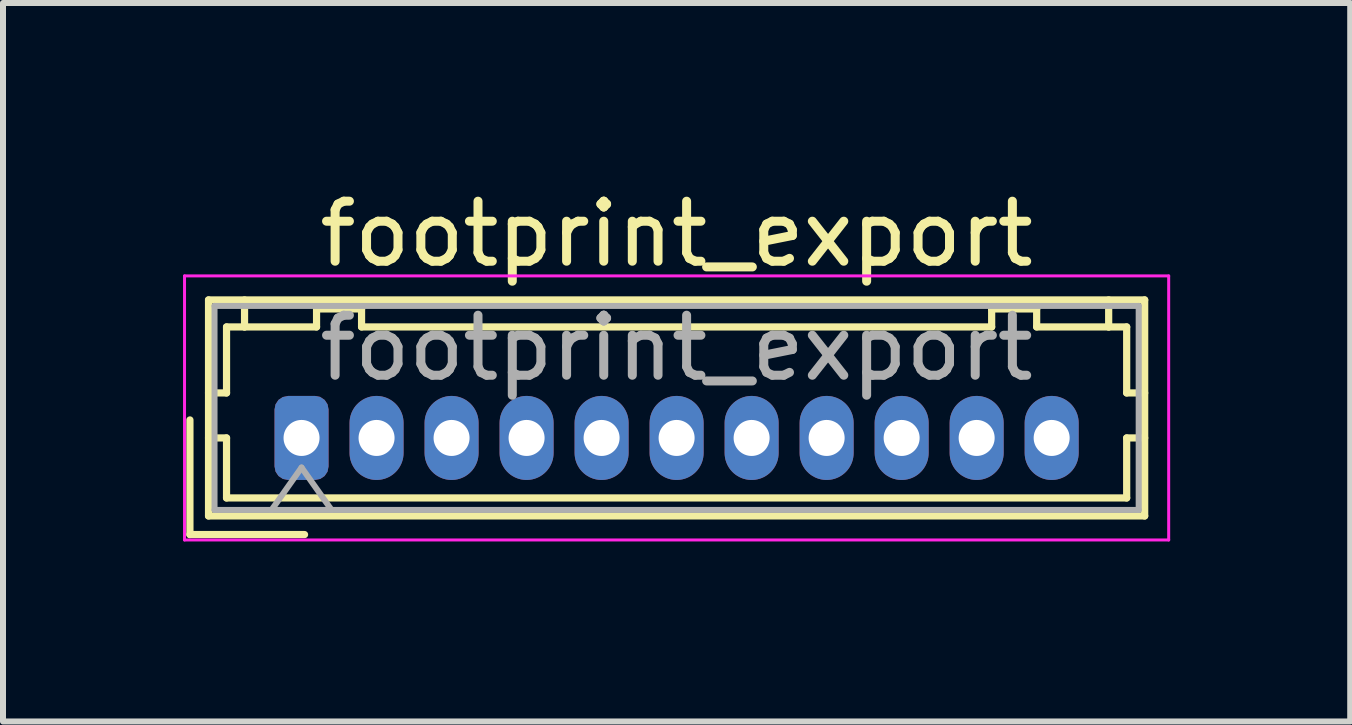
<source format=kicad_pcb>
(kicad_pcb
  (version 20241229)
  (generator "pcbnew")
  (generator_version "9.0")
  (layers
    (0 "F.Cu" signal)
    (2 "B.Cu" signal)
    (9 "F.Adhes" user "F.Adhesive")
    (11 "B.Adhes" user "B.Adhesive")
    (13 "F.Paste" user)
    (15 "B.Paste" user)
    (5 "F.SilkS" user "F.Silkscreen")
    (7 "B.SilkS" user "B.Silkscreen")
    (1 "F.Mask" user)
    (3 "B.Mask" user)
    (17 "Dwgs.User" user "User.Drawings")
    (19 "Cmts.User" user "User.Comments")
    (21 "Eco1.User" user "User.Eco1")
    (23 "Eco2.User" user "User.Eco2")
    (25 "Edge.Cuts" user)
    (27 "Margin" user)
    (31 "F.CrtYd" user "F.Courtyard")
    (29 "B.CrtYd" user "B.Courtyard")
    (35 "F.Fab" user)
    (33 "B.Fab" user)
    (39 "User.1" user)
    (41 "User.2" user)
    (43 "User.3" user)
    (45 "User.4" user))
  (footprint "footprint_export"
    (layer "F.Cu")
    (at 1.975 4.248)
    (property "Reference" "footprint_export" (at 6.25 -3.4 0) (layer "F.SilkS") (effects (font (size 1 1) (thickness 0.15))))
    (attr through_hole)
    (fp_line (start -1.86 -0.3) (end -1.86 1.61) (stroke (width 0.12) (type solid)) (layer "F.SilkS"))
    (fp_line (start -1.86 1.61) (end 0.05 1.61) (stroke (width 0.12) (type solid)) (layer "F.SilkS"))
    (fp_line (start -1.55 -2.3) (end -1.55 1.3) (stroke (width 0.12) (type solid)) (layer "F.SilkS"))
    (fp_line (start -1.55 -0.75) (end -1.25 -0.75) (stroke (width 0.12) (type solid)) (layer "F.SilkS"))
    (fp_line (start -1.55 0) (end -1.25 0) (stroke (width 0.12) (type solid)) (layer "F.SilkS"))
    (fp_line (start -1.55 1.3) (end 14.05 1.3) (stroke (width 0.12) (type solid)) (layer "F.SilkS"))
    (fp_line (start -1.25 -1.85) (end -0.95 -1.85) (stroke (width 0.12) (type solid)) (layer "F.SilkS"))
    (fp_line (start -1.25 -0.75) (end -1.25 -1.85) (stroke (width 0.12) (type solid)) (layer "F.SilkS"))
    (fp_line (start -1.25 0) (end -1.25 1) (stroke (width 0.12) (type solid)) (layer "F.SilkS"))
    (fp_line (start -1.25 1) (end 13.75 1) (stroke (width 0.12) (type solid)) (layer "F.SilkS"))
    (fp_line (start -0.95 -1.85) (end -0.95 -2.3) (stroke (width 0.12) (type solid)) (layer "F.SilkS"))
    (fp_line (start -0.95 -1.85) (end 0.25 -1.85) (stroke (width 0.12) (type solid)) (layer "F.SilkS"))
    (fp_line (start 0.25 -2.15) (end 1 -2.15) (stroke (width 0.12) (type solid)) (layer "F.SilkS"))
    (fp_line (start 0.25 -1.85) (end 0.25 -2.15) (stroke (width 0.12) (type solid)) (layer "F.SilkS"))
    (fp_line (start 1 -2.15) (end 1 -1.85) (stroke (width 0.12) (type solid)) (layer "F.SilkS"))
    (fp_line (start 1 -1.85) (end 11.5 -1.85) (stroke (width 0.12) (type solid)) (layer "F.SilkS"))
    (fp_line (start 11.5 -2.15) (end 12.25 -2.15) (stroke (width 0.12) (type solid)) (layer "F.SilkS"))
    (fp_line (start 11.5 -1.85) (end 11.5 -2.15) (stroke (width 0.12) (type solid)) (layer "F.SilkS"))
    (fp_line (start 12.25 -2.15) (end 12.25 -1.85) (stroke (width 0.12) (type solid)) (layer "F.SilkS"))
    (fp_line (start 12.25 -1.85) (end 13.45 -1.85) (stroke (width 0.12) (type solid)) (layer "F.SilkS"))
    (fp_line (start 13.45 -1.85) (end 13.45 -2.3) (stroke (width 0.12) (type solid)) (layer "F.SilkS"))
    (fp_line (start 13.75 -1.85) (end 13.45 -1.85) (stroke (width 0.12) (type solid)) (layer "F.SilkS"))
    (fp_line (start 13.75 -0.75) (end 13.75 -1.85) (stroke (width 0.12) (type solid)) (layer "F.SilkS"))
    (fp_line (start 13.75 0) (end 14.05 0) (stroke (width 0.12) (type solid)) (layer "F.SilkS"))
    (fp_line (start 13.75 1) (end 13.75 0) (stroke (width 0.12) (type solid)) (layer "F.SilkS"))
    (fp_line (start 14.05 -2.3) (end -1.55 -2.3) (stroke (width 0.12) (type solid)) (layer "F.SilkS"))
    (fp_line (start 14.05 -0.75) (end 13.75 -0.75) (stroke (width 0.12) (type solid)) (layer "F.SilkS"))
    (fp_line (start 14.05 1.3) (end 14.05 -2.3) (stroke (width 0.12) (type solid)) (layer "F.SilkS"))
    (fp_line (start -1.95 -2.7) (end -1.95 1.7) (stroke (width 0.05) (type solid)) (layer "F.CrtYd"))
    (fp_line (start -1.95 1.7) (end 14.45 1.7) (stroke (width 0.05) (type solid)) (layer "F.CrtYd"))
    (fp_line (start 14.45 -2.7) (end -1.95 -2.7) (stroke (width 0.05) (type solid)) (layer "F.CrtYd"))
    (fp_line (start 14.45 1.7) (end 14.45 -2.7) (stroke (width 0.05) (type solid)) (layer "F.CrtYd"))
    (fp_line (start -1.45 -2.2) (end -1.45 1.2) (stroke (width 0.1) (type solid)) (layer "F.Fab"))
    (fp_line (start -1.45 1.2) (end 13.95 1.2) (stroke (width 0.1) (type solid)) (layer "F.Fab"))
    (fp_line (start -0.5 1.2) (end 0 0.493) (stroke (width 0.1) (type solid)) (layer "F.Fab"))
    (fp_line (start 0 0.493) (end 0.5 1.2) (stroke (width 0.1) (type solid)) (layer "F.Fab"))
    (fp_line (start 13.95 -2.2) (end -1.45 -2.2) (stroke (width 0.1) (type solid)) (layer "F.Fab"))
    (fp_line (start 13.95 1.2) (end 13.95 -2.2) (stroke (width 0.1) (type solid)) (layer "F.Fab"))
    (fp_text user "${REFERENCE}" (at 6.25 -1.5 0) (layer "F.Fab") (effects (font (size 1 1) (thickness 0.15))))
    (pad "1" thru_hole roundrect (at 0 0) (size 0.9 1.4) (drill 0.6) (layers "*.Cu" "*.Mask") (roundrect_rratio 0.25))
    (pad "2" thru_hole oval (at 1.25 0) (size 0.9 1.4) (drill 0.6) (layers "*.Cu" "*.Mask"))
    (pad "3" thru_hole oval (at 2.5 0) (size 0.9 1.4) (drill 0.6) (layers "*.Cu" "*.Mask"))
    (pad "4" thru_hole oval (at 3.75 0) (size 0.9 1.4) (drill 0.6) (layers "*.Cu" "*.Mask"))
    (pad "5" thru_hole oval (at 5 0) (size 0.9 1.4) (drill 0.6) (layers "*.Cu" "*.Mask"))
    (pad "6" thru_hole oval (at 6.25 0) (size 0.9 1.4) (drill 0.6) (layers "*.Cu" "*.Mask"))
    (pad "7" thru_hole oval (at 7.5 0) (size 0.9 1.4) (drill 0.6) (layers "*.Cu" "*.Mask"))
    (pad "8" thru_hole oval (at 8.75 0) (size 0.9 1.4) (drill 0.6) (layers "*.Cu" "*.Mask"))
    (pad "9" thru_hole oval (at 10 0) (size 0.9 1.4) (drill 0.6) (layers "*.Cu" "*.Mask"))
    (pad "10" thru_hole oval (at 11.25 0) (size 0.9 1.4) (drill 0.6) (layers "*.Cu" "*.Mask"))
    (pad "11" thru_hole oval (at 12.5 0) (size 0.9 1.4) (drill 0.6) (layers "*.Cu" "*.Mask")))
  (gr_rect
    (start -3 -3)
    (end 19.45 8.973)
    (stroke (width 0.1) (type default))
    (fill no)
    (layer "Edge.Cuts")))
</source>
